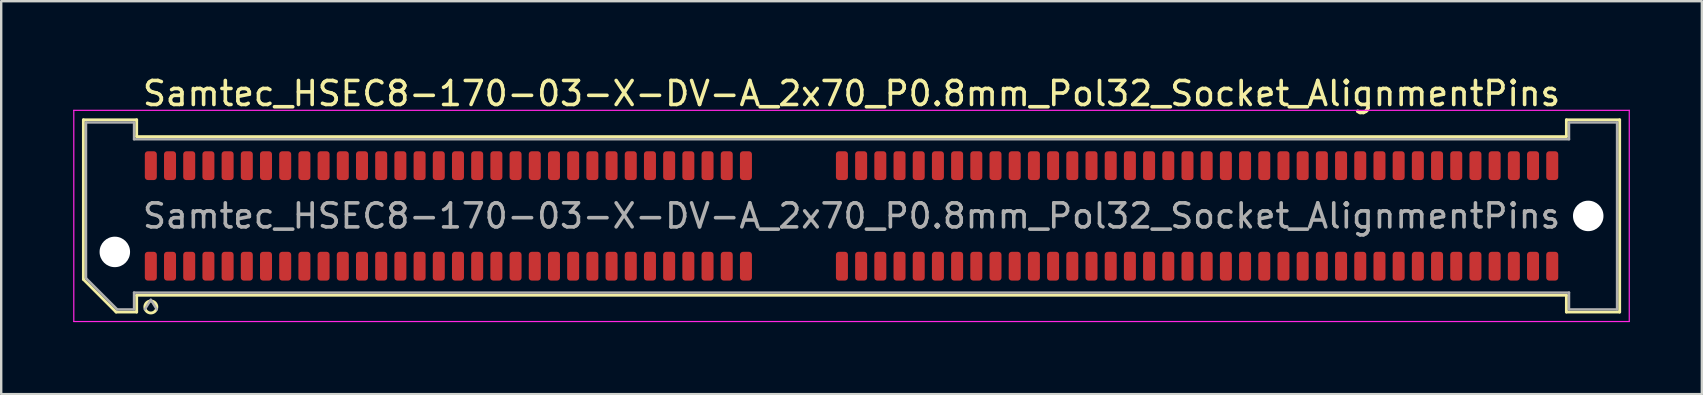
<source format=kicad_pcb>
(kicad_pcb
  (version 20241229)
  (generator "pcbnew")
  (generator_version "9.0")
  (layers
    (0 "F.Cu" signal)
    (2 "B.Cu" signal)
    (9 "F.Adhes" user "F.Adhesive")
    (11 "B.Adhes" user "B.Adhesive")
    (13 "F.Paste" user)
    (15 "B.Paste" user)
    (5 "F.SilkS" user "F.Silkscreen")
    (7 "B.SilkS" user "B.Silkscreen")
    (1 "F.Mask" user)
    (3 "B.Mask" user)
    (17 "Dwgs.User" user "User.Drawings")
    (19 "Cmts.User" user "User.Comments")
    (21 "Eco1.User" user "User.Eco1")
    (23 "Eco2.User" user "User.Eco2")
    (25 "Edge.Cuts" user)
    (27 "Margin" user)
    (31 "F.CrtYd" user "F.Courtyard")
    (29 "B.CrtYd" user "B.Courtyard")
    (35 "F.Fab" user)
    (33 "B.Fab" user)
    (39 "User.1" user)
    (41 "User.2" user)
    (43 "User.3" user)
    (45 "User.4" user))
  (footprint "Samtec_HSEC8-170-03-X-DV-A_2x70_P0.8mm_Pol32_Socket_AlignmentPins"
    (layer "F.Cu")
    (at 32.435 5.948)
    (property "Reference" "Samtec_HSEC8-170-03-X-DV-A_2x70_P0.8mm_Pol32_Socket_AlignmentPins" (at 0 -5.1 0) (layer "F.SilkS") (effects (font (size 1 1) (thickness 0.15))))
    (attr smd)
    (fp_line (start -32.01 -4.005) (end -29.79 -4.005) (stroke (width 0.12) (type solid)) (layer "F.SilkS"))
    (fp_line (start -32.01 2.641) (end -32.01 -4.005) (stroke (width 0.12) (type solid)) (layer "F.SilkS"))
    (fp_line (start -30.646 4.005) (end -32.01 2.641) (stroke (width 0.12) (type solid)) (layer "F.SilkS"))
    (fp_line (start -29.79 -4.005) (end -29.79 -3.305) (stroke (width 0.12) (type solid)) (layer "F.SilkS"))
    (fp_line (start -29.79 -3.305) (end 29.79 -3.305) (stroke (width 0.12) (type solid)) (layer "F.SilkS"))
    (fp_line (start -29.79 3.305) (end -29.79 4.005) (stroke (width 0.12) (type solid)) (layer "F.SilkS"))
    (fp_line (start -29.79 4.005) (end -30.646 4.005) (stroke (width 0.12) (type solid)) (layer "F.SilkS"))
    (fp_line (start 29.79 -4.005) (end 32.01 -4.005) (stroke (width 0.12) (type solid)) (layer "F.SilkS"))
    (fp_line (start 29.79 -3.305) (end 29.79 -4.005) (stroke (width 0.12) (type solid)) (layer "F.SilkS"))
    (fp_line (start 29.79 3.305) (end -29.79 3.305) (stroke (width 0.12) (type solid)) (layer "F.SilkS"))
    (fp_line (start 29.79 4.005) (end 29.79 3.305) (stroke (width 0.12) (type solid)) (layer "F.SilkS"))
    (fp_line (start 32.01 -4.005) (end 32.01 4.005) (stroke (width 0.12) (type solid)) (layer "F.SilkS"))
    (fp_line (start 32.01 4.005) (end 29.79 4.005) (stroke (width 0.12) (type solid)) (layer "F.SilkS"))
    (fp_arc (start -28.95 3.795) (mid -29.45 3.795) (end -28.95 3.795) (stroke (width 0.12) (type solid)) (layer "F.SilkS"))
    (fp_line (start -32.41 -4.4) (end -32.41 4.4) (stroke (width 0.05) (type solid)) (layer "F.CrtYd"))
    (fp_line (start -32.41 4.4) (end 32.41 4.4) (stroke (width 0.05) (type solid)) (layer "F.CrtYd"))
    (fp_line (start 32.41 -4.4) (end -32.41 -4.4) (stroke (width 0.05) (type solid)) (layer "F.CrtYd"))
    (fp_line (start 32.41 4.4) (end 32.41 -4.4) (stroke (width 0.05) (type solid)) (layer "F.CrtYd"))
    (fp_line (start -31.9 -3.895) (end -29.9 -3.895) (stroke (width 0.1) (type solid)) (layer "F.Fab"))
    (fp_line (start -31.9 2.595) (end -31.9 -3.895) (stroke (width 0.1) (type solid)) (layer "F.Fab"))
    (fp_line (start -30.6 3.895) (end -31.9 2.595) (stroke (width 0.1) (type solid)) (layer "F.Fab"))
    (fp_line (start -29.9 -3.895) (end -29.9 -3.195) (stroke (width 0.1) (type solid)) (layer "F.Fab"))
    (fp_line (start -29.9 -3.195) (end 29.9 -3.195) (stroke (width 0.1) (type solid)) (layer "F.Fab"))
    (fp_line (start -29.9 3.195) (end -29.9 3.895) (stroke (width 0.1) (type solid)) (layer "F.Fab"))
    (fp_line (start -29.9 3.895) (end -30.6 3.895) (stroke (width 0.1) (type solid)) (layer "F.Fab"))
    (fp_line (start -29.2 3.495) (end -29.45 3.895) (stroke (width 0.1) (type solid)) (layer "F.Fab"))
    (fp_line (start -29.2 3.495) (end -28.95 3.895) (stroke (width 0.1) (type solid)) (layer "F.Fab"))
    (fp_line (start 29.9 -3.895) (end 31.9 -3.895) (stroke (width 0.1) (type solid)) (layer "F.Fab"))
    (fp_line (start 29.9 -3.195) (end 29.9 -3.895) (stroke (width 0.1) (type solid)) (layer "F.Fab"))
    (fp_line (start 29.9 3.195) (end -29.9 3.195) (stroke (width 0.1) (type solid)) (layer "F.Fab"))
    (fp_line (start 29.9 3.895) (end 29.9 3.195) (stroke (width 0.1) (type solid)) (layer "F.Fab"))
    (fp_line (start 31.9 -3.895) (end 31.9 3.895) (stroke (width 0.1) (type solid)) (layer "F.Fab"))
    (fp_line (start 31.9 3.895) (end 29.9 3.895) (stroke (width 0.1) (type solid)) (layer "F.Fab"))
    (fp_text user "${REFERENCE}" (at 0 0 0) (layer "F.Fab") (effects (font (size 1 1) (thickness 0.15))))
    (pad "" np_thru_hole circle (at -30.7 1.5) (size 1.27 1.27) (drill 1.27) (layers "*.Cu" "*.Mask"))
    (pad "" np_thru_hole circle (at 30.7 0) (size 1.27 1.27) (drill 1.27) (layers "*.Cu" "*.Mask"))
    (pad "1" smd roundrect (at -29.2 2.095) (size 0.5 1.2) (layers "F.Cu" "F.Mask" "F.Paste") (roundrect_rratio 0.25))
    (pad "2" smd roundrect (at -29.2 -2.095) (size 0.5 1.2) (layers "F.Cu" "F.Mask" "F.Paste") (roundrect_rratio 0.25))
    (pad "3" smd roundrect (at -28.4 2.095) (size 0.5 1.2) (layers "F.Cu" "F.Mask" "F.Paste") (roundrect_rratio 0.25))
    (pad "4" smd roundrect (at -28.4 -2.095) (size 0.5 1.2) (layers "F.Cu" "F.Mask" "F.Paste") (roundrect_rratio 0.25))
    (pad "5" smd roundrect (at -27.6 2.095) (size 0.5 1.2) (layers "F.Cu" "F.Mask" "F.Paste") (roundrect_rratio 0.25))
    (pad "6" smd roundrect (at -27.6 -2.095) (size 0.5 1.2) (layers "F.Cu" "F.Mask" "F.Paste") (roundrect_rratio 0.25))
    (pad "7" smd roundrect (at -26.8 2.095) (size 0.5 1.2) (layers "F.Cu" "F.Mask" "F.Paste") (roundrect_rratio 0.25))
    (pad "8" smd roundrect (at -26.8 -2.095) (size 0.5 1.2) (layers "F.Cu" "F.Mask" "F.Paste") (roundrect_rratio 0.25))
    (pad "9" smd roundrect (at -26 2.095) (size 0.5 1.2) (layers "F.Cu" "F.Mask" "F.Paste") (roundrect_rratio 0.25))
    (pad "10" smd roundrect (at -26 -2.095) (size 0.5 1.2) (layers "F.Cu" "F.Mask" "F.Paste") (roundrect_rratio 0.25))
    (pad "11" smd roundrect (at -25.2 2.095) (size 0.5 1.2) (layers "F.Cu" "F.Mask" "F.Paste") (roundrect_rratio 0.25))
    (pad "12" smd roundrect (at -25.2 -2.095) (size 0.5 1.2) (layers "F.Cu" "F.Mask" "F.Paste") (roundrect_rratio 0.25))
    (pad "13" smd roundrect (at -24.4 2.095) (size 0.5 1.2) (layers "F.Cu" "F.Mask" "F.Paste") (roundrect_rratio 0.25))
    (pad "14" smd roundrect (at -24.4 -2.095) (size 0.5 1.2) (layers "F.Cu" "F.Mask" "F.Paste") (roundrect_rratio 0.25))
    (pad "15" smd roundrect (at -23.6 2.095) (size 0.5 1.2) (layers "F.Cu" "F.Mask" "F.Paste") (roundrect_rratio 0.25))
    (pad "16" smd roundrect (at -23.6 -2.095) (size 0.5 1.2) (layers "F.Cu" "F.Mask" "F.Paste") (roundrect_rratio 0.25))
    (pad "17" smd roundrect (at -22.8 2.095) (size 0.5 1.2) (layers "F.Cu" "F.Mask" "F.Paste") (roundrect_rratio 0.25))
    (pad "18" smd roundrect (at -22.8 -2.095) (size 0.5 1.2) (layers "F.Cu" "F.Mask" "F.Paste") (roundrect_rratio 0.25))
    (pad "19" smd roundrect (at -22 2.095) (size 0.5 1.2) (layers "F.Cu" "F.Mask" "F.Paste") (roundrect_rratio 0.25))
    (pad "20" smd roundrect (at -22 -2.095) (size 0.5 1.2) (layers "F.Cu" "F.Mask" "F.Paste") (roundrect_rratio 0.25))
    (pad "21" smd roundrect (at -21.2 2.095) (size 0.5 1.2) (layers "F.Cu" "F.Mask" "F.Paste") (roundrect_rratio 0.25))
    (pad "22" smd roundrect (at -21.2 -2.095) (size 0.5 1.2) (layers "F.Cu" "F.Mask" "F.Paste") (roundrect_rratio 0.25))
    (pad "23" smd roundrect (at -20.4 2.095) (size 0.5 1.2) (layers "F.Cu" "F.Mask" "F.Paste") (roundrect_rratio 0.25))
    (pad "24" smd roundrect (at -20.4 -2.095) (size 0.5 1.2) (layers "F.Cu" "F.Mask" "F.Paste") (roundrect_rratio 0.25))
    (pad "25" smd roundrect (at -19.6 2.095) (size 0.5 1.2) (layers "F.Cu" "F.Mask" "F.Paste") (roundrect_rratio 0.25))
    (pad "26" smd roundrect (at -19.6 -2.095) (size 0.5 1.2) (layers "F.Cu" "F.Mask" "F.Paste") (roundrect_rratio 0.25))
    (pad "27" smd roundrect (at -18.8 2.095) (size 0.5 1.2) (layers "F.Cu" "F.Mask" "F.Paste") (roundrect_rratio 0.25))
    (pad "28" smd roundrect (at -18.8 -2.095) (size 0.5 1.2) (layers "F.Cu" "F.Mask" "F.Paste") (roundrect_rratio 0.25))
    (pad "29" smd roundrect (at -18 2.095) (size 0.5 1.2) (layers "F.Cu" "F.Mask" "F.Paste") (roundrect_rratio 0.25))
    (pad "30" smd roundrect (at -18 -2.095) (size 0.5 1.2) (layers "F.Cu" "F.Mask" "F.Paste") (roundrect_rratio 0.25))
    (pad "31" smd roundrect (at -17.2 2.095) (size 0.5 1.2) (layers "F.Cu" "F.Mask" "F.Paste") (roundrect_rratio 0.25))
    (pad "32" smd roundrect (at -17.2 -2.095) (size 0.5 1.2) (layers "F.Cu" "F.Mask" "F.Paste") (roundrect_rratio 0.25))
    (pad "33" smd roundrect (at -16.4 2.095) (size 0.5 1.2) (layers "F.Cu" "F.Mask" "F.Paste") (roundrect_rratio 0.25))
    (pad "34" smd roundrect (at -16.4 -2.095) (size 0.5 1.2) (layers "F.Cu" "F.Mask" "F.Paste") (roundrect_rratio 0.25))
    (pad "35" smd roundrect (at -15.6 2.095) (size 0.5 1.2) (layers "F.Cu" "F.Mask" "F.Paste") (roundrect_rratio 0.25))
    (pad "36" smd roundrect (at -15.6 -2.095) (size 0.5 1.2) (layers "F.Cu" "F.Mask" "F.Paste") (roundrect_rratio 0.25))
    (pad "37" smd roundrect (at -14.8 2.095) (size 0.5 1.2) (layers "F.Cu" "F.Mask" "F.Paste") (roundrect_rratio 0.25))
    (pad "38" smd roundrect (at -14.8 -2.095) (size 0.5 1.2) (layers "F.Cu" "F.Mask" "F.Paste") (roundrect_rratio 0.25))
    (pad "39" smd roundrect (at -14 2.095) (size 0.5 1.2) (layers "F.Cu" "F.Mask" "F.Paste") (roundrect_rratio 0.25))
    (pad "40" smd roundrect (at -14 -2.095) (size 0.5 1.2) (layers "F.Cu" "F.Mask" "F.Paste") (roundrect_rratio 0.25))
    (pad "41" smd roundrect (at -13.2 2.095) (size 0.5 1.2) (layers "F.Cu" "F.Mask" "F.Paste") (roundrect_rratio 0.25))
    (pad "42" smd roundrect (at -13.2 -2.095) (size 0.5 1.2) (layers "F.Cu" "F.Mask" "F.Paste") (roundrect_rratio 0.25))
    (pad "43" smd roundrect (at -12.4 2.095) (size 0.5 1.2) (layers "F.Cu" "F.Mask" "F.Paste") (roundrect_rratio 0.25))
    (pad "44" smd roundrect (at -12.4 -2.095) (size 0.5 1.2) (layers "F.Cu" "F.Mask" "F.Paste") (roundrect_rratio 0.25))
    (pad "45" smd roundrect (at -11.6 2.095) (size 0.5 1.2) (layers "F.Cu" "F.Mask" "F.Paste") (roundrect_rratio 0.25))
    (pad "46" smd roundrect (at -11.6 -2.095) (size 0.5 1.2) (layers "F.Cu" "F.Mask" "F.Paste") (roundrect_rratio 0.25))
    (pad "47" smd roundrect (at -10.8 2.095) (size 0.5 1.2) (layers "F.Cu" "F.Mask" "F.Paste") (roundrect_rratio 0.25))
    (pad "48" smd roundrect (at -10.8 -2.095) (size 0.5 1.2) (layers "F.Cu" "F.Mask" "F.Paste") (roundrect_rratio 0.25))
    (pad "49" smd roundrect (at -10 2.095) (size 0.5 1.2) (layers "F.Cu" "F.Mask" "F.Paste") (roundrect_rratio 0.25))
    (pad "50" smd roundrect (at -10 -2.095) (size 0.5 1.2) (layers "F.Cu" "F.Mask" "F.Paste") (roundrect_rratio 0.25))
    (pad "51" smd roundrect (at -9.2 2.095) (size 0.5 1.2) (layers "F.Cu" "F.Mask" "F.Paste") (roundrect_rratio 0.25))
    (pad "52" smd roundrect (at -9.2 -2.095) (size 0.5 1.2) (layers "F.Cu" "F.Mask" "F.Paste") (roundrect_rratio 0.25))
    (pad "53" smd roundrect (at -8.4 2.095) (size 0.5 1.2) (layers "F.Cu" "F.Mask" "F.Paste") (roundrect_rratio 0.25))
    (pad "54" smd roundrect (at -8.4 -2.095) (size 0.5 1.2) (layers "F.Cu" "F.Mask" "F.Paste") (roundrect_rratio 0.25))
    (pad "55" smd roundrect (at -7.6 2.095) (size 0.5 1.2) (layers "F.Cu" "F.Mask" "F.Paste") (roundrect_rratio 0.25))
    (pad "56" smd roundrect (at -7.6 -2.095) (size 0.5 1.2) (layers "F.Cu" "F.Mask" "F.Paste") (roundrect_rratio 0.25))
    (pad "57" smd roundrect (at -6.8 2.095) (size 0.5 1.2) (layers "F.Cu" "F.Mask" "F.Paste") (roundrect_rratio 0.25))
    (pad "58" smd roundrect (at -6.8 -2.095) (size 0.5 1.2) (layers "F.Cu" "F.Mask" "F.Paste") (roundrect_rratio 0.25))
    (pad "59" smd roundrect (at -6 2.095) (size 0.5 1.2) (layers "F.Cu" "F.Mask" "F.Paste") (roundrect_rratio 0.25))
    (pad "60" smd roundrect (at -6 -2.095) (size 0.5 1.2) (layers "F.Cu" "F.Mask" "F.Paste") (roundrect_rratio 0.25))
    (pad "61" smd roundrect (at -5.2 2.095) (size 0.5 1.2) (layers "F.Cu" "F.Mask" "F.Paste") (roundrect_rratio 0.25))
    (pad "62" smd roundrect (at -5.2 -2.095) (size 0.5 1.2) (layers "F.Cu" "F.Mask" "F.Paste") (roundrect_rratio 0.25))
    (pad "63" smd roundrect (at -4.4 2.095) (size 0.5 1.2) (layers "F.Cu" "F.Mask" "F.Paste") (roundrect_rratio 0.25))
    (pad "64" smd roundrect (at -4.4 -2.095) (size 0.5 1.2) (layers "F.Cu" "F.Mask" "F.Paste") (roundrect_rratio 0.25))
    (pad "65" smd roundrect (at -0.4 2.095) (size 0.5 1.2) (layers "F.Cu" "F.Mask" "F.Paste") (roundrect_rratio 0.25))
    (pad "66" smd roundrect (at -0.4 -2.095) (size 0.5 1.2) (layers "F.Cu" "F.Mask" "F.Paste") (roundrect_rratio 0.25))
    (pad "67" smd roundrect (at 0.4 2.095) (size 0.5 1.2) (layers "F.Cu" "F.Mask" "F.Paste") (roundrect_rratio 0.25))
    (pad "68" smd roundrect (at 0.4 -2.095) (size 0.5 1.2) (layers "F.Cu" "F.Mask" "F.Paste") (roundrect_rratio 0.25))
    (pad "69" smd roundrect (at 1.2 2.095) (size 0.5 1.2) (layers "F.Cu" "F.Mask" "F.Paste") (roundrect_rratio 0.25))
    (pad "70" smd roundrect (at 1.2 -2.095) (size 0.5 1.2) (layers "F.Cu" "F.Mask" "F.Paste") (roundrect_rratio 0.25))
    (pad "71" smd roundrect (at 2 2.095) (size 0.5 1.2) (layers "F.Cu" "F.Mask" "F.Paste") (roundrect_rratio 0.25))
    (pad "72" smd roundrect (at 2 -2.095) (size 0.5 1.2) (layers "F.Cu" "F.Mask" "F.Paste") (roundrect_rratio 0.25))
    (pad "73" smd roundrect (at 2.8 2.095) (size 0.5 1.2) (layers "F.Cu" "F.Mask" "F.Paste") (roundrect_rratio 0.25))
    (pad "74" smd roundrect (at 2.8 -2.095) (size 0.5 1.2) (layers "F.Cu" "F.Mask" "F.Paste") (roundrect_rratio 0.25))
    (pad "75" smd roundrect (at 3.6 2.095) (size 0.5 1.2) (layers "F.Cu" "F.Mask" "F.Paste") (roundrect_rratio 0.25))
    (pad "76" smd roundrect (at 3.6 -2.095) (size 0.5 1.2) (layers "F.Cu" "F.Mask" "F.Paste") (roundrect_rratio 0.25))
    (pad "77" smd roundrect (at 4.4 2.095) (size 0.5 1.2) (layers "F.Cu" "F.Mask" "F.Paste") (roundrect_rratio 0.25))
    (pad "78" smd roundrect (at 4.4 -2.095) (size 0.5 1.2) (layers "F.Cu" "F.Mask" "F.Paste") (roundrect_rratio 0.25))
    (pad "79" smd roundrect (at 5.2 2.095) (size 0.5 1.2) (layers "F.Cu" "F.Mask" "F.Paste") (roundrect_rratio 0.25))
    (pad "80" smd roundrect (at 5.2 -2.095) (size 0.5 1.2) (layers "F.Cu" "F.Mask" "F.Paste") (roundrect_rratio 0.25))
    (pad "81" smd roundrect (at 6 2.095) (size 0.5 1.2) (layers "F.Cu" "F.Mask" "F.Paste") (roundrect_rratio 0.25))
    (pad "82" smd roundrect (at 6 -2.095) (size 0.5 1.2) (layers "F.Cu" "F.Mask" "F.Paste") (roundrect_rratio 0.25))
    (pad "83" smd roundrect (at 6.8 2.095) (size 0.5 1.2) (layers "F.Cu" "F.Mask" "F.Paste") (roundrect_rratio 0.25))
    (pad "84" smd roundrect (at 6.8 -2.095) (size 0.5 1.2) (layers "F.Cu" "F.Mask" "F.Paste") (roundrect_rratio 0.25))
    (pad "85" smd roundrect (at 7.6 2.095) (size 0.5 1.2) (layers "F.Cu" "F.Mask" "F.Paste") (roundrect_rratio 0.25))
    (pad "86" smd roundrect (at 7.6 -2.095) (size 0.5 1.2) (layers "F.Cu" "F.Mask" "F.Paste") (roundrect_rratio 0.25))
    (pad "87" smd roundrect (at 8.4 2.095) (size 0.5 1.2) (layers "F.Cu" "F.Mask" "F.Paste") (roundrect_rratio 0.25))
    (pad "88" smd roundrect (at 8.4 -2.095) (size 0.5 1.2) (layers "F.Cu" "F.Mask" "F.Paste") (roundrect_rratio 0.25))
    (pad "89" smd roundrect (at 9.2 2.095) (size 0.5 1.2) (layers "F.Cu" "F.Mask" "F.Paste") (roundrect_rratio 0.25))
    (pad "90" smd roundrect (at 9.2 -2.095) (size 0.5 1.2) (layers "F.Cu" "F.Mask" "F.Paste") (roundrect_rratio 0.25))
    (pad "91" smd roundrect (at 10 2.095) (size 0.5 1.2) (layers "F.Cu" "F.Mask" "F.Paste") (roundrect_rratio 0.25))
    (pad "92" smd roundrect (at 10 -2.095) (size 0.5 1.2) (layers "F.Cu" "F.Mask" "F.Paste") (roundrect_rratio 0.25))
    (pad "93" smd roundrect (at 10.8 2.095) (size 0.5 1.2) (layers "F.Cu" "F.Mask" "F.Paste") (roundrect_rratio 0.25))
    (pad "94" smd roundrect (at 10.8 -2.095) (size 0.5 1.2) (layers "F.Cu" "F.Mask" "F.Paste") (roundrect_rratio 0.25))
    (pad "95" smd roundrect (at 11.6 2.095) (size 0.5 1.2) (layers "F.Cu" "F.Mask" "F.Paste") (roundrect_rratio 0.25))
    (pad "96" smd roundrect (at 11.6 -2.095) (size 0.5 1.2) (layers "F.Cu" "F.Mask" "F.Paste") (roundrect_rratio 0.25))
    (pad "97" smd roundrect (at 12.4 2.095) (size 0.5 1.2) (layers "F.Cu" "F.Mask" "F.Paste") (roundrect_rratio 0.25))
    (pad "98" smd roundrect (at 12.4 -2.095) (size 0.5 1.2) (layers "F.Cu" "F.Mask" "F.Paste") (roundrect_rratio 0.25))
    (pad "99" smd roundrect (at 13.2 2.095) (size 0.5 1.2) (layers "F.Cu" "F.Mask" "F.Paste") (roundrect_rratio 0.25))
    (pad "100" smd roundrect (at 13.2 -2.095) (size 0.5 1.2) (layers "F.Cu" "F.Mask" "F.Paste") (roundrect_rratio 0.25))
    (pad "101" smd roundrect (at 14 2.095) (size 0.5 1.2) (layers "F.Cu" "F.Mask" "F.Paste") (roundrect_rratio 0.25))
    (pad "102" smd roundrect (at 14 -2.095) (size 0.5 1.2) (layers "F.Cu" "F.Mask" "F.Paste") (roundrect_rratio 0.25))
    (pad "103" smd roundrect (at 14.8 2.095) (size 0.5 1.2) (layers "F.Cu" "F.Mask" "F.Paste") (roundrect_rratio 0.25))
    (pad "104" smd roundrect (at 14.8 -2.095) (size 0.5 1.2) (layers "F.Cu" "F.Mask" "F.Paste") (roundrect_rratio 0.25))
    (pad "105" smd roundrect (at 15.6 2.095) (size 0.5 1.2) (layers "F.Cu" "F.Mask" "F.Paste") (roundrect_rratio 0.25))
    (pad "106" smd roundrect (at 15.6 -2.095) (size 0.5 1.2) (layers "F.Cu" "F.Mask" "F.Paste") (roundrect_rratio 0.25))
    (pad "107" smd roundrect (at 16.4 2.095) (size 0.5 1.2) (layers "F.Cu" "F.Mask" "F.Paste") (roundrect_rratio 0.25))
    (pad "108" smd roundrect (at 16.4 -2.095) (size 0.5 1.2) (layers "F.Cu" "F.Mask" "F.Paste") (roundrect_rratio 0.25))
    (pad "109" smd roundrect (at 17.2 2.095) (size 0.5 1.2) (layers "F.Cu" "F.Mask" "F.Paste") (roundrect_rratio 0.25))
    (pad "110" smd roundrect (at 17.2 -2.095) (size 0.5 1.2) (layers "F.Cu" "F.Mask" "F.Paste") (roundrect_rratio 0.25))
    (pad "111" smd roundrect (at 18 2.095) (size 0.5 1.2) (layers "F.Cu" "F.Mask" "F.Paste") (roundrect_rratio 0.25))
    (pad "112" smd roundrect (at 18 -2.095) (size 0.5 1.2) (layers "F.Cu" "F.Mask" "F.Paste") (roundrect_rratio 0.25))
    (pad "113" smd roundrect (at 18.8 2.095) (size 0.5 1.2) (layers "F.Cu" "F.Mask" "F.Paste") (roundrect_rratio 0.25))
    (pad "114" smd roundrect (at 18.8 -2.095) (size 0.5 1.2) (layers "F.Cu" "F.Mask" "F.Paste") (roundrect_rratio 0.25))
    (pad "115" smd roundrect (at 19.6 2.095) (size 0.5 1.2) (layers "F.Cu" "F.Mask" "F.Paste") (roundrect_rratio 0.25))
    (pad "116" smd roundrect (at 19.6 -2.095) (size 0.5 1.2) (layers "F.Cu" "F.Mask" "F.Paste") (roundrect_rratio 0.25))
    (pad "117" smd roundrect (at 20.4 2.095) (size 0.5 1.2) (layers "F.Cu" "F.Mask" "F.Paste") (roundrect_rratio 0.25))
    (pad "118" smd roundrect (at 20.4 -2.095) (size 0.5 1.2) (layers "F.Cu" "F.Mask" "F.Paste") (roundrect_rratio 0.25))
    (pad "119" smd roundrect (at 21.2 2.095) (size 0.5 1.2) (layers "F.Cu" "F.Mask" "F.Paste") (roundrect_rratio 0.25))
    (pad "120" smd roundrect (at 21.2 -2.095) (size 0.5 1.2) (layers "F.Cu" "F.Mask" "F.Paste") (roundrect_rratio 0.25))
    (pad "121" smd roundrect (at 22 2.095) (size 0.5 1.2) (layers "F.Cu" "F.Mask" "F.Paste") (roundrect_rratio 0.25))
    (pad "122" smd roundrect (at 22 -2.095) (size 0.5 1.2) (layers "F.Cu" "F.Mask" "F.Paste") (roundrect_rratio 0.25))
    (pad "123" smd roundrect (at 22.8 2.095) (size 0.5 1.2) (layers "F.Cu" "F.Mask" "F.Paste") (roundrect_rratio 0.25))
    (pad "124" smd roundrect (at 22.8 -2.095) (size 0.5 1.2) (layers "F.Cu" "F.Mask" "F.Paste") (roundrect_rratio 0.25))
    (pad "125" smd roundrect (at 23.6 2.095) (size 0.5 1.2) (layers "F.Cu" "F.Mask" "F.Paste") (roundrect_rratio 0.25))
    (pad "126" smd roundrect (at 23.6 -2.095) (size 0.5 1.2) (layers "F.Cu" "F.Mask" "F.Paste") (roundrect_rratio 0.25))
    (pad "127" smd roundrect (at 24.4 2.095) (size 0.5 1.2) (layers "F.Cu" "F.Mask" "F.Paste") (roundrect_rratio 0.25))
    (pad "128" smd roundrect (at 24.4 -2.095) (size 0.5 1.2) (layers "F.Cu" "F.Mask" "F.Paste") (roundrect_rratio 0.25))
    (pad "129" smd roundrect (at 25.2 2.095) (size 0.5 1.2) (layers "F.Cu" "F.Mask" "F.Paste") (roundrect_rratio 0.25))
    (pad "130" smd roundrect (at 25.2 -2.095) (size 0.5 1.2) (layers "F.Cu" "F.Mask" "F.Paste") (roundrect_rratio 0.25))
    (pad "131" smd roundrect (at 26 2.095) (size 0.5 1.2) (layers "F.Cu" "F.Mask" "F.Paste") (roundrect_rratio 0.25))
    (pad "132" smd roundrect (at 26 -2.095) (size 0.5 1.2) (layers "F.Cu" "F.Mask" "F.Paste") (roundrect_rratio 0.25))
    (pad "133" smd roundrect (at 26.8 2.095) (size 0.5 1.2) (layers "F.Cu" "F.Mask" "F.Paste") (roundrect_rratio 0.25))
    (pad "134" smd roundrect (at 26.8 -2.095) (size 0.5 1.2) (layers "F.Cu" "F.Mask" "F.Paste") (roundrect_rratio 0.25))
    (pad "135" smd roundrect (at 27.6 2.095) (size 0.5 1.2) (layers "F.Cu" "F.Mask" "F.Paste") (roundrect_rratio 0.25))
    (pad "136" smd roundrect (at 27.6 -2.095) (size 0.5 1.2) (layers "F.Cu" "F.Mask" "F.Paste") (roundrect_rratio 0.25))
    (pad "137" smd roundrect (at 28.4 2.095) (size 0.5 1.2) (layers "F.Cu" "F.Mask" "F.Paste") (roundrect_rratio 0.25))
    (pad "138" smd roundrect (at 28.4 -2.095) (size 0.5 1.2) (layers "F.Cu" "F.Mask" "F.Paste") (roundrect_rratio 0.25))
    (pad "139" smd roundrect (at 29.2 2.095) (size 0.5 1.2) (layers "F.Cu" "F.Mask" "F.Paste") (roundrect_rratio 0.25))
    (pad "140" smd roundrect (at 29.2 -2.095) (size 0.5 1.2) (layers "F.Cu" "F.Mask" "F.Paste") (roundrect_rratio 0.25)))
  (gr_rect
    (start -3 -3)
    (end 67.87 13.373)
    (stroke (width 0.1) (type default))
    (fill no)
    (layer "Edge.Cuts")))
</source>
